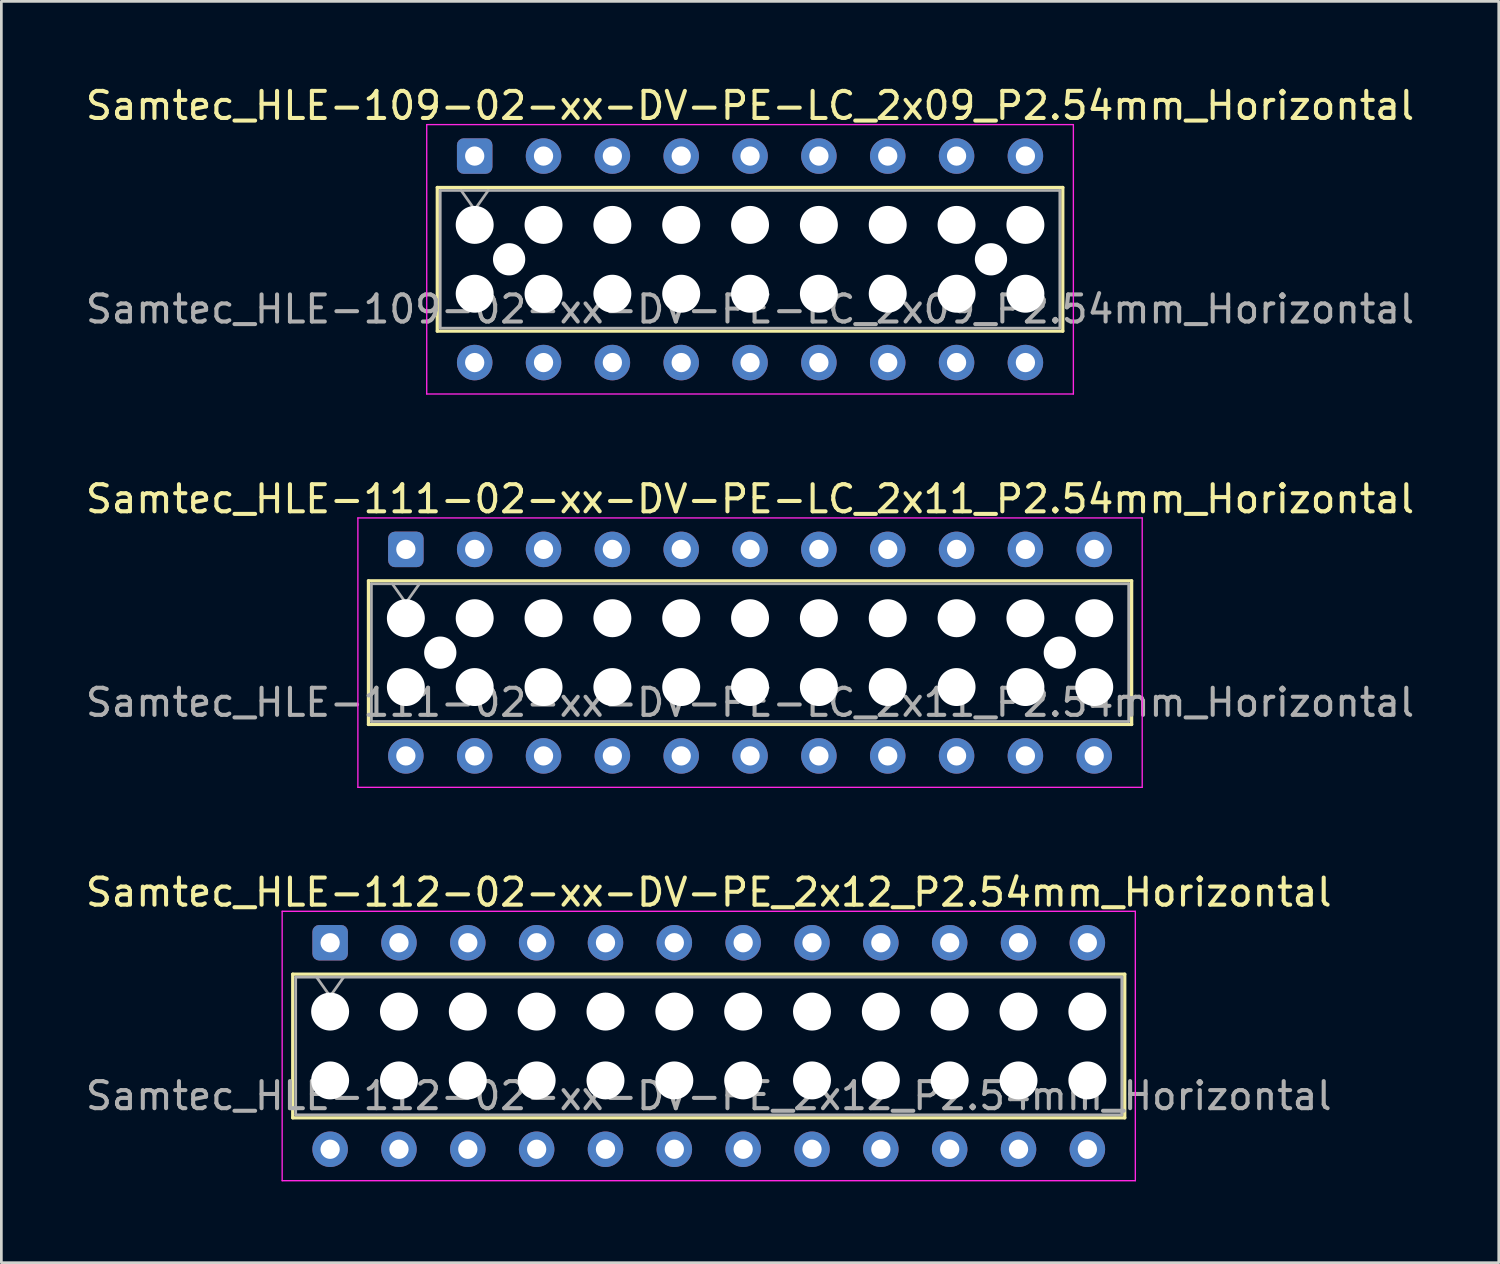
<source format=kicad_pcb>
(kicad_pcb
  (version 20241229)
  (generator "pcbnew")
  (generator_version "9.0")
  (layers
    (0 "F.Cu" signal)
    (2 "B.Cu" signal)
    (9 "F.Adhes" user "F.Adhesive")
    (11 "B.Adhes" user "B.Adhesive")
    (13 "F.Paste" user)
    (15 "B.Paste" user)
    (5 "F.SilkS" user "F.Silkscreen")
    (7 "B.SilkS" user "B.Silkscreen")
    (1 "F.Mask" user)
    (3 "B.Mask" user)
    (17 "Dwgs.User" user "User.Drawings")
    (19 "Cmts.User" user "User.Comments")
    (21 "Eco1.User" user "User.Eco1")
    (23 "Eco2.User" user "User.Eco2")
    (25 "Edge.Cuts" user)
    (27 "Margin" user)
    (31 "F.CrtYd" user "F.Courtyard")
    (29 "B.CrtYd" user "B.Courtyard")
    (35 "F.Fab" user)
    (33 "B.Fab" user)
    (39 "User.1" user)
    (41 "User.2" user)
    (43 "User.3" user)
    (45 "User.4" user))
  (footprint "Samtec_HLE-109-02-xx-DV-PE-LC_2x09_P2.54mm_Horizontal"
    (layer "F.Cu")
    (at 14.465 2.708)
    (property "Reference" "Samtec_HLE-109-02-xx-DV-PE-LC_2x09_P2.54mm_Horizontal" (at 10.16 -1.86 0) (layer "F.SilkS") (effects (font (size 1 1) (thickness 0.15))))
    (attr through_hole)
    (fp_line (start -1.38 1.16) (end 21.7 1.16) (stroke (width 0.12) (type solid)) (layer "F.SilkS"))
    (fp_line (start -1.38 6.46) (end -1.38 1.16) (stroke (width 0.12) (type solid)) (layer "F.SilkS"))
    (fp_line (start 21.7 1.16) (end 21.7 6.46) (stroke (width 0.12) (type solid)) (layer "F.SilkS"))
    (fp_line (start 21.7 6.46) (end -1.38 6.46) (stroke (width 0.12) (type solid)) (layer "F.SilkS"))
    (fp_line (start -1.77 -1.16) (end 22.09 -1.16) (stroke (width 0.05) (type solid)) (layer "F.CrtYd"))
    (fp_line (start -1.77 8.78) (end -1.77 -1.16) (stroke (width 0.05) (type solid)) (layer "F.CrtYd"))
    (fp_line (start 22.09 -1.16) (end 22.09 8.78) (stroke (width 0.05) (type solid)) (layer "F.CrtYd"))
    (fp_line (start 22.09 8.78) (end -1.77 8.78) (stroke (width 0.05) (type solid)) (layer "F.CrtYd"))
    (fp_line (start -1.27 1.27) (end 21.59 1.27) (stroke (width 0.1) (type solid)) (layer "F.Fab"))
    (fp_line (start -1.27 6.35) (end -1.27 1.27) (stroke (width 0.1) (type solid)) (layer "F.Fab"))
    (fp_line (start -0.5 1.27) (end 0 1.977) (stroke (width 0.1) (type solid)) (layer "F.Fab"))
    (fp_line (start 0 1.977) (end 0.5 1.27) (stroke (width 0.1) (type solid)) (layer "F.Fab"))
    (fp_line (start 21.59 1.27) (end 21.59 6.35) (stroke (width 0.1) (type solid)) (layer "F.Fab"))
    (fp_line (start 21.59 6.35) (end -1.27 6.35) (stroke (width 0.1) (type solid)) (layer "F.Fab"))
    (fp_text user "${REFERENCE}" (at 10.16 5.65 0) (layer "F.Fab") (effects (font (size 1 1) (thickness 0.15))))
    (pad "" np_thru_hole circle (at 0 2.54) (size 1.4 1.4) (drill 1.4) (layers "*.Cu" "*.Mask"))
    (pad "" np_thru_hole circle (at 0 5.08) (size 1.4 1.4) (drill 1.4) (layers "*.Cu" "*.Mask"))
    (pad "" np_thru_hole circle (at 1.27 3.81) (size 1.19 1.19) (drill 1.19) (layers "*.Cu" "*.Mask"))
    (pad "" np_thru_hole circle (at 2.54 2.54) (size 1.4 1.4) (drill 1.4) (layers "*.Cu" "*.Mask"))
    (pad "" np_thru_hole circle (at 2.54 5.08) (size 1.4 1.4) (drill 1.4) (layers "*.Cu" "*.Mask"))
    (pad "" np_thru_hole circle (at 5.08 2.54) (size 1.4 1.4) (drill 1.4) (layers "*.Cu" "*.Mask"))
    (pad "" np_thru_hole circle (at 5.08 5.08) (size 1.4 1.4) (drill 1.4) (layers "*.Cu" "*.Mask"))
    (pad "" np_thru_hole circle (at 7.62 2.54) (size 1.4 1.4) (drill 1.4) (layers "*.Cu" "*.Mask"))
    (pad "" np_thru_hole circle (at 7.62 5.08) (size 1.4 1.4) (drill 1.4) (layers "*.Cu" "*.Mask"))
    (pad "" np_thru_hole circle (at 10.16 2.54) (size 1.4 1.4) (drill 1.4) (layers "*.Cu" "*.Mask"))
    (pad "" np_thru_hole circle (at 10.16 5.08) (size 1.4 1.4) (drill 1.4) (layers "*.Cu" "*.Mask"))
    (pad "" np_thru_hole circle (at 12.7 2.54) (size 1.4 1.4) (drill 1.4) (layers "*.Cu" "*.Mask"))
    (pad "" np_thru_hole circle (at 12.7 5.08) (size 1.4 1.4) (drill 1.4) (layers "*.Cu" "*.Mask"))
    (pad "" np_thru_hole circle (at 15.24 2.54) (size 1.4 1.4) (drill 1.4) (layers "*.Cu" "*.Mask"))
    (pad "" np_thru_hole circle (at 15.24 5.08) (size 1.4 1.4) (drill 1.4) (layers "*.Cu" "*.Mask"))
    (pad "" np_thru_hole circle (at 17.78 2.54) (size 1.4 1.4) (drill 1.4) (layers "*.Cu" "*.Mask"))
    (pad "" np_thru_hole circle (at 17.78 5.08) (size 1.4 1.4) (drill 1.4) (layers "*.Cu" "*.Mask"))
    (pad "" np_thru_hole circle (at 19.05 3.81) (size 1.19 1.19) (drill 1.19) (layers "*.Cu" "*.Mask"))
    (pad "" np_thru_hole circle (at 20.32 2.54) (size 1.4 1.4) (drill 1.4) (layers "*.Cu" "*.Mask"))
    (pad "" np_thru_hole circle (at 20.32 5.08) (size 1.4 1.4) (drill 1.4) (layers "*.Cu" "*.Mask"))
    (pad "1" thru_hole roundrect (at 0 0) (size 1.31 1.31) (drill 0.71) (layers "*.Cu" "*.Mask") (roundrect_rratio 0.191))
    (pad "2" thru_hole circle (at 0 7.62) (size 1.31 1.31) (drill 0.71) (layers "*.Cu" "*.Mask"))
    (pad "3" thru_hole circle (at 2.54 0) (size 1.31 1.31) (drill 0.71) (layers "*.Cu" "*.Mask"))
    (pad "4" thru_hole circle (at 2.54 7.62) (size 1.31 1.31) (drill 0.71) (layers "*.Cu" "*.Mask"))
    (pad "5" thru_hole circle (at 5.08 0) (size 1.31 1.31) (drill 0.71) (layers "*.Cu" "*.Mask"))
    (pad "6" thru_hole circle (at 5.08 7.62) (size 1.31 1.31) (drill 0.71) (layers "*.Cu" "*.Mask"))
    (pad "7" thru_hole circle (at 7.62 0) (size 1.31 1.31) (drill 0.71) (layers "*.Cu" "*.Mask"))
    (pad "8" thru_hole circle (at 7.62 7.62) (size 1.31 1.31) (drill 0.71) (layers "*.Cu" "*.Mask"))
    (pad "9" thru_hole circle (at 10.16 0) (size 1.31 1.31) (drill 0.71) (layers "*.Cu" "*.Mask"))
    (pad "10" thru_hole circle (at 10.16 7.62) (size 1.31 1.31) (drill 0.71) (layers "*.Cu" "*.Mask"))
    (pad "11" thru_hole circle (at 12.7 0) (size 1.31 1.31) (drill 0.71) (layers "*.Cu" "*.Mask"))
    (pad "12" thru_hole circle (at 12.7 7.62) (size 1.31 1.31) (drill 0.71) (layers "*.Cu" "*.Mask"))
    (pad "13" thru_hole circle (at 15.24 0) (size 1.31 1.31) (drill 0.71) (layers "*.Cu" "*.Mask"))
    (pad "14" thru_hole circle (at 15.24 7.62) (size 1.31 1.31) (drill 0.71) (layers "*.Cu" "*.Mask"))
    (pad "15" thru_hole circle (at 17.78 0) (size 1.31 1.31) (drill 0.71) (layers "*.Cu" "*.Mask"))
    (pad "16" thru_hole circle (at 17.78 7.62) (size 1.31 1.31) (drill 0.71) (layers "*.Cu" "*.Mask"))
    (pad "17" thru_hole circle (at 20.32 0) (size 1.31 1.31) (drill 0.71) (layers "*.Cu" "*.Mask"))
    (pad "18" thru_hole circle (at 20.32 7.62) (size 1.31 1.31) (drill 0.71) (layers "*.Cu" "*.Mask")))
  (footprint "Samtec_HLE-112-02-xx-DV-PE_2x12_P2.54mm_Horizontal"
    (layer "F.Cu")
    (at 9.131 31.735)
    (property "Reference" "Samtec_HLE-112-02-xx-DV-PE_2x12_P2.54mm_Horizontal" (at 13.97 -1.86 0) (layer "F.SilkS") (effects (font (size 1 1) (thickness 0.15))))
    (attr through_hole)
    (fp_line (start -1.38 1.16) (end 29.32 1.16) (stroke (width 0.12) (type solid)) (layer "F.SilkS"))
    (fp_line (start -1.38 6.46) (end -1.38 1.16) (stroke (width 0.12) (type solid)) (layer "F.SilkS"))
    (fp_line (start 29.32 1.16) (end 29.32 6.46) (stroke (width 0.12) (type solid)) (layer "F.SilkS"))
    (fp_line (start 29.32 6.46) (end -1.38 6.46) (stroke (width 0.12) (type solid)) (layer "F.SilkS"))
    (fp_line (start -1.77 -1.16) (end 29.71 -1.16) (stroke (width 0.05) (type solid)) (layer "F.CrtYd"))
    (fp_line (start -1.77 8.78) (end -1.77 -1.16) (stroke (width 0.05) (type solid)) (layer "F.CrtYd"))
    (fp_line (start 29.71 -1.16) (end 29.71 8.78) (stroke (width 0.05) (type solid)) (layer "F.CrtYd"))
    (fp_line (start 29.71 8.78) (end -1.77 8.78) (stroke (width 0.05) (type solid)) (layer "F.CrtYd"))
    (fp_line (start -1.27 1.27) (end 29.21 1.27) (stroke (width 0.1) (type solid)) (layer "F.Fab"))
    (fp_line (start -1.27 6.35) (end -1.27 1.27) (stroke (width 0.1) (type solid)) (layer "F.Fab"))
    (fp_line (start -0.5 1.27) (end 0 1.977) (stroke (width 0.1) (type solid)) (layer "F.Fab"))
    (fp_line (start 0 1.977) (end 0.5 1.27) (stroke (width 0.1) (type solid)) (layer "F.Fab"))
    (fp_line (start 29.21 1.27) (end 29.21 6.35) (stroke (width 0.1) (type solid)) (layer "F.Fab"))
    (fp_line (start 29.21 6.35) (end -1.27 6.35) (stroke (width 0.1) (type solid)) (layer "F.Fab"))
    (fp_text user "${REFERENCE}" (at 13.97 5.65 0) (layer "F.Fab") (effects (font (size 1 1) (thickness 0.15))))
    (pad "" np_thru_hole circle (at 0 2.54) (size 1.4 1.4) (drill 1.4) (layers "*.Cu" "*.Mask"))
    (pad "" np_thru_hole circle (at 0 5.08) (size 1.4 1.4) (drill 1.4) (layers "*.Cu" "*.Mask"))
    (pad "" np_thru_hole circle (at 2.54 2.54) (size 1.4 1.4) (drill 1.4) (layers "*.Cu" "*.Mask"))
    (pad "" np_thru_hole circle (at 2.54 5.08) (size 1.4 1.4) (drill 1.4) (layers "*.Cu" "*.Mask"))
    (pad "" np_thru_hole circle (at 5.08 2.54) (size 1.4 1.4) (drill 1.4) (layers "*.Cu" "*.Mask"))
    (pad "" np_thru_hole circle (at 5.08 5.08) (size 1.4 1.4) (drill 1.4) (layers "*.Cu" "*.Mask"))
    (pad "" np_thru_hole circle (at 7.62 2.54) (size 1.4 1.4) (drill 1.4) (layers "*.Cu" "*.Mask"))
    (pad "" np_thru_hole circle (at 7.62 5.08) (size 1.4 1.4) (drill 1.4) (layers "*.Cu" "*.Mask"))
    (pad "" np_thru_hole circle (at 10.16 2.54) (size 1.4 1.4) (drill 1.4) (layers "*.Cu" "*.Mask"))
    (pad "" np_thru_hole circle (at 10.16 5.08) (size 1.4 1.4) (drill 1.4) (layers "*.Cu" "*.Mask"))
    (pad "" np_thru_hole circle (at 12.7 2.54) (size 1.4 1.4) (drill 1.4) (layers "*.Cu" "*.Mask"))
    (pad "" np_thru_hole circle (at 12.7 5.08) (size 1.4 1.4) (drill 1.4) (layers "*.Cu" "*.Mask"))
    (pad "" np_thru_hole circle (at 15.24 2.54) (size 1.4 1.4) (drill 1.4) (layers "*.Cu" "*.Mask"))
    (pad "" np_thru_hole circle (at 15.24 5.08) (size 1.4 1.4) (drill 1.4) (layers "*.Cu" "*.Mask"))
    (pad "" np_thru_hole circle (at 17.78 2.54) (size 1.4 1.4) (drill 1.4) (layers "*.Cu" "*.Mask"))
    (pad "" np_thru_hole circle (at 17.78 5.08) (size 1.4 1.4) (drill 1.4) (layers "*.Cu" "*.Mask"))
    (pad "" np_thru_hole circle (at 20.32 2.54) (size 1.4 1.4) (drill 1.4) (layers "*.Cu" "*.Mask"))
    (pad "" np_thru_hole circle (at 20.32 5.08) (size 1.4 1.4) (drill 1.4) (layers "*.Cu" "*.Mask"))
    (pad "" np_thru_hole circle (at 22.86 2.54) (size 1.4 1.4) (drill 1.4) (layers "*.Cu" "*.Mask"))
    (pad "" np_thru_hole circle (at 22.86 5.08) (size 1.4 1.4) (drill 1.4) (layers "*.Cu" "*.Mask"))
    (pad "" np_thru_hole circle (at 25.4 2.54) (size 1.4 1.4) (drill 1.4) (layers "*.Cu" "*.Mask"))
    (pad "" np_thru_hole circle (at 25.4 5.08) (size 1.4 1.4) (drill 1.4) (layers "*.Cu" "*.Mask"))
    (pad "" np_thru_hole circle (at 27.94 2.54) (size 1.4 1.4) (drill 1.4) (layers "*.Cu" "*.Mask"))
    (pad "" np_thru_hole circle (at 27.94 5.08) (size 1.4 1.4) (drill 1.4) (layers "*.Cu" "*.Mask"))
    (pad "1" thru_hole roundrect (at 0 0) (size 1.31 1.31) (drill 0.71) (layers "*.Cu" "*.Mask") (roundrect_rratio 0.191))
    (pad "2" thru_hole circle (at 0 7.62) (size 1.31 1.31) (drill 0.71) (layers "*.Cu" "*.Mask"))
    (pad "3" thru_hole circle (at 2.54 0) (size 1.31 1.31) (drill 0.71) (layers "*.Cu" "*.Mask"))
    (pad "4" thru_hole circle (at 2.54 7.62) (size 1.31 1.31) (drill 0.71) (layers "*.Cu" "*.Mask"))
    (pad "5" thru_hole circle (at 5.08 0) (size 1.31 1.31) (drill 0.71) (layers "*.Cu" "*.Mask"))
    (pad "6" thru_hole circle (at 5.08 7.62) (size 1.31 1.31) (drill 0.71) (layers "*.Cu" "*.Mask"))
    (pad "7" thru_hole circle (at 7.62 0) (size 1.31 1.31) (drill 0.71) (layers "*.Cu" "*.Mask"))
    (pad "8" thru_hole circle (at 7.62 7.62) (size 1.31 1.31) (drill 0.71) (layers "*.Cu" "*.Mask"))
    (pad "9" thru_hole circle (at 10.16 0) (size 1.31 1.31) (drill 0.71) (layers "*.Cu" "*.Mask"))
    (pad "10" thru_hole circle (at 10.16 7.62) (size 1.31 1.31) (drill 0.71) (layers "*.Cu" "*.Mask"))
    (pad "11" thru_hole circle (at 12.7 0) (size 1.31 1.31) (drill 0.71) (layers "*.Cu" "*.Mask"))
    (pad "12" thru_hole circle (at 12.7 7.62) (size 1.31 1.31) (drill 0.71) (layers "*.Cu" "*.Mask"))
    (pad "13" thru_hole circle (at 15.24 0) (size 1.31 1.31) (drill 0.71) (layers "*.Cu" "*.Mask"))
    (pad "14" thru_hole circle (at 15.24 7.62) (size 1.31 1.31) (drill 0.71) (layers "*.Cu" "*.Mask"))
    (pad "15" thru_hole circle (at 17.78 0) (size 1.31 1.31) (drill 0.71) (layers "*.Cu" "*.Mask"))
    (pad "16" thru_hole circle (at 17.78 7.62) (size 1.31 1.31) (drill 0.71) (layers "*.Cu" "*.Mask"))
    (pad "17" thru_hole circle (at 20.32 0) (size 1.31 1.31) (drill 0.71) (layers "*.Cu" "*.Mask"))
    (pad "18" thru_hole circle (at 20.32 7.62) (size 1.31 1.31) (drill 0.71) (layers "*.Cu" "*.Mask"))
    (pad "19" thru_hole circle (at 22.86 0) (size 1.31 1.31) (drill 0.71) (layers "*.Cu" "*.Mask"))
    (pad "20" thru_hole circle (at 22.86 7.62) (size 1.31 1.31) (drill 0.71) (layers "*.Cu" "*.Mask"))
    (pad "21" thru_hole circle (at 25.4 0) (size 1.31 1.31) (drill 0.71) (layers "*.Cu" "*.Mask"))
    (pad "22" thru_hole circle (at 25.4 7.62) (size 1.31 1.31) (drill 0.71) (layers "*.Cu" "*.Mask"))
    (pad "23" thru_hole circle (at 27.94 0) (size 1.31 1.31) (drill 0.71) (layers "*.Cu" "*.Mask"))
    (pad "24" thru_hole circle (at 27.94 7.62) (size 1.31 1.31) (drill 0.71) (layers "*.Cu" "*.Mask")))
  (footprint "Samtec_HLE-111-02-xx-DV-PE-LC_2x11_P2.54mm_Horizontal"
    (layer "F.Cu")
    (at 11.925 17.221)
    (property "Reference" "Samtec_HLE-111-02-xx-DV-PE-LC_2x11_P2.54mm_Horizontal" (at 12.7 -1.86 0) (layer "F.SilkS") (effects (font (size 1 1) (thickness 0.15))))
    (attr through_hole)
    (fp_line (start -1.38 1.16) (end 26.78 1.16) (stroke (width 0.12) (type solid)) (layer "F.SilkS"))
    (fp_line (start -1.38 6.46) (end -1.38 1.16) (stroke (width 0.12) (type solid)) (layer "F.SilkS"))
    (fp_line (start 26.78 1.16) (end 26.78 6.46) (stroke (width 0.12) (type solid)) (layer "F.SilkS"))
    (fp_line (start 26.78 6.46) (end -1.38 6.46) (stroke (width 0.12) (type solid)) (layer "F.SilkS"))
    (fp_line (start -1.77 -1.16) (end 27.17 -1.16) (stroke (width 0.05) (type solid)) (layer "F.CrtYd"))
    (fp_line (start -1.77 8.78) (end -1.77 -1.16) (stroke (width 0.05) (type solid)) (layer "F.CrtYd"))
    (fp_line (start 27.17 -1.16) (end 27.17 8.78) (stroke (width 0.05) (type solid)) (layer "F.CrtYd"))
    (fp_line (start 27.17 8.78) (end -1.77 8.78) (stroke (width 0.05) (type solid)) (layer "F.CrtYd"))
    (fp_line (start -1.27 1.27) (end 26.67 1.27) (stroke (width 0.1) (type solid)) (layer "F.Fab"))
    (fp_line (start -1.27 6.35) (end -1.27 1.27) (stroke (width 0.1) (type solid)) (layer "F.Fab"))
    (fp_line (start -0.5 1.27) (end 0 1.977) (stroke (width 0.1) (type solid)) (layer "F.Fab"))
    (fp_line (start 0 1.977) (end 0.5 1.27) (stroke (width 0.1) (type solid)) (layer "F.Fab"))
    (fp_line (start 26.67 1.27) (end 26.67 6.35) (stroke (width 0.1) (type solid)) (layer "F.Fab"))
    (fp_line (start 26.67 6.35) (end -1.27 6.35) (stroke (width 0.1) (type solid)) (layer "F.Fab"))
    (fp_text user "${REFERENCE}" (at 12.7 5.65 0) (layer "F.Fab") (effects (font (size 1 1) (thickness 0.15))))
    (pad "" np_thru_hole circle (at 0 2.54) (size 1.4 1.4) (drill 1.4) (layers "*.Cu" "*.Mask"))
    (pad "" np_thru_hole circle (at 0 5.08) (size 1.4 1.4) (drill 1.4) (layers "*.Cu" "*.Mask"))
    (pad "" np_thru_hole circle (at 1.27 3.81) (size 1.19 1.19) (drill 1.19) (layers "*.Cu" "*.Mask"))
    (pad "" np_thru_hole circle (at 2.54 2.54) (size 1.4 1.4) (drill 1.4) (layers "*.Cu" "*.Mask"))
    (pad "" np_thru_hole circle (at 2.54 5.08) (size 1.4 1.4) (drill 1.4) (layers "*.Cu" "*.Mask"))
    (pad "" np_thru_hole circle (at 5.08 2.54) (size 1.4 1.4) (drill 1.4) (layers "*.Cu" "*.Mask"))
    (pad "" np_thru_hole circle (at 5.08 5.08) (size 1.4 1.4) (drill 1.4) (layers "*.Cu" "*.Mask"))
    (pad "" np_thru_hole circle (at 7.62 2.54) (size 1.4 1.4) (drill 1.4) (layers "*.Cu" "*.Mask"))
    (pad "" np_thru_hole circle (at 7.62 5.08) (size 1.4 1.4) (drill 1.4) (layers "*.Cu" "*.Mask"))
    (pad "" np_thru_hole circle (at 10.16 2.54) (size 1.4 1.4) (drill 1.4) (layers "*.Cu" "*.Mask"))
    (pad "" np_thru_hole circle (at 10.16 5.08) (size 1.4 1.4) (drill 1.4) (layers "*.Cu" "*.Mask"))
    (pad "" np_thru_hole circle (at 12.7 2.54) (size 1.4 1.4) (drill 1.4) (layers "*.Cu" "*.Mask"))
    (pad "" np_thru_hole circle (at 12.7 5.08) (size 1.4 1.4) (drill 1.4) (layers "*.Cu" "*.Mask"))
    (pad "" np_thru_hole circle (at 15.24 2.54) (size 1.4 1.4) (drill 1.4) (layers "*.Cu" "*.Mask"))
    (pad "" np_thru_hole circle (at 15.24 5.08) (size 1.4 1.4) (drill 1.4) (layers "*.Cu" "*.Mask"))
    (pad "" np_thru_hole circle (at 17.78 2.54) (size 1.4 1.4) (drill 1.4) (layers "*.Cu" "*.Mask"))
    (pad "" np_thru_hole circle (at 17.78 5.08) (size 1.4 1.4) (drill 1.4) (layers "*.Cu" "*.Mask"))
    (pad "" np_thru_hole circle (at 20.32 2.54) (size 1.4 1.4) (drill 1.4) (layers "*.Cu" "*.Mask"))
    (pad "" np_thru_hole circle (at 20.32 5.08) (size 1.4 1.4) (drill 1.4) (layers "*.Cu" "*.Mask"))
    (pad "" np_thru_hole circle (at 22.86 2.54) (size 1.4 1.4) (drill 1.4) (layers "*.Cu" "*.Mask"))
    (pad "" np_thru_hole circle (at 22.86 5.08) (size 1.4 1.4) (drill 1.4) (layers "*.Cu" "*.Mask"))
    (pad "" np_thru_hole circle (at 24.13 3.81) (size 1.19 1.19) (drill 1.19) (layers "*.Cu" "*.Mask"))
    (pad "" np_thru_hole circle (at 25.4 2.54) (size 1.4 1.4) (drill 1.4) (layers "*.Cu" "*.Mask"))
    (pad "" np_thru_hole circle (at 25.4 5.08) (size 1.4 1.4) (drill 1.4) (layers "*.Cu" "*.Mask"))
    (pad "1" thru_hole roundrect (at 0 0) (size 1.31 1.31) (drill 0.71) (layers "*.Cu" "*.Mask") (roundrect_rratio 0.191))
    (pad "2" thru_hole circle (at 0 7.62) (size 1.31 1.31) (drill 0.71) (layers "*.Cu" "*.Mask"))
    (pad "3" thru_hole circle (at 2.54 0) (size 1.31 1.31) (drill 0.71) (layers "*.Cu" "*.Mask"))
    (pad "4" thru_hole circle (at 2.54 7.62) (size 1.31 1.31) (drill 0.71) (layers "*.Cu" "*.Mask"))
    (pad "5" thru_hole circle (at 5.08 0) (size 1.31 1.31) (drill 0.71) (layers "*.Cu" "*.Mask"))
    (pad "6" thru_hole circle (at 5.08 7.62) (size 1.31 1.31) (drill 0.71) (layers "*.Cu" "*.Mask"))
    (pad "7" thru_hole circle (at 7.62 0) (size 1.31 1.31) (drill 0.71) (layers "*.Cu" "*.Mask"))
    (pad "8" thru_hole circle (at 7.62 7.62) (size 1.31 1.31) (drill 0.71) (layers "*.Cu" "*.Mask"))
    (pad "9" thru_hole circle (at 10.16 0) (size 1.31 1.31) (drill 0.71) (layers "*.Cu" "*.Mask"))
    (pad "10" thru_hole circle (at 10.16 7.62) (size 1.31 1.31) (drill 0.71) (layers "*.Cu" "*.Mask"))
    (pad "11" thru_hole circle (at 12.7 0) (size 1.31 1.31) (drill 0.71) (layers "*.Cu" "*.Mask"))
    (pad "12" thru_hole circle (at 12.7 7.62) (size 1.31 1.31) (drill 0.71) (layers "*.Cu" "*.Mask"))
    (pad "13" thru_hole circle (at 15.24 0) (size 1.31 1.31) (drill 0.71) (layers "*.Cu" "*.Mask"))
    (pad "14" thru_hole circle (at 15.24 7.62) (size 1.31 1.31) (drill 0.71) (layers "*.Cu" "*.Mask"))
    (pad "15" thru_hole circle (at 17.78 0) (size 1.31 1.31) (drill 0.71) (layers "*.Cu" "*.Mask"))
    (pad "16" thru_hole circle (at 17.78 7.62) (size 1.31 1.31) (drill 0.71) (layers "*.Cu" "*.Mask"))
    (pad "17" thru_hole circle (at 20.32 0) (size 1.31 1.31) (drill 0.71) (layers "*.Cu" "*.Mask"))
    (pad "18" thru_hole circle (at 20.32 7.62) (size 1.31 1.31) (drill 0.71) (layers "*.Cu" "*.Mask"))
    (pad "19" thru_hole circle (at 22.86 0) (size 1.31 1.31) (drill 0.71) (layers "*.Cu" "*.Mask"))
    (pad "20" thru_hole circle (at 22.86 7.62) (size 1.31 1.31) (drill 0.71) (layers "*.Cu" "*.Mask"))
    (pad "21" thru_hole circle (at 25.4 0) (size 1.31 1.31) (drill 0.71) (layers "*.Cu" "*.Mask"))
    (pad "22" thru_hole circle (at 25.4 7.62) (size 1.31 1.31) (drill 0.71) (layers "*.Cu" "*.Mask")))
  (gr_rect
    (start -3 -3)
    (end 52.25 43.54)
    (stroke (width 0.1) (type default))
    (fill no)
    (layer "Edge.Cuts")))
</source>
